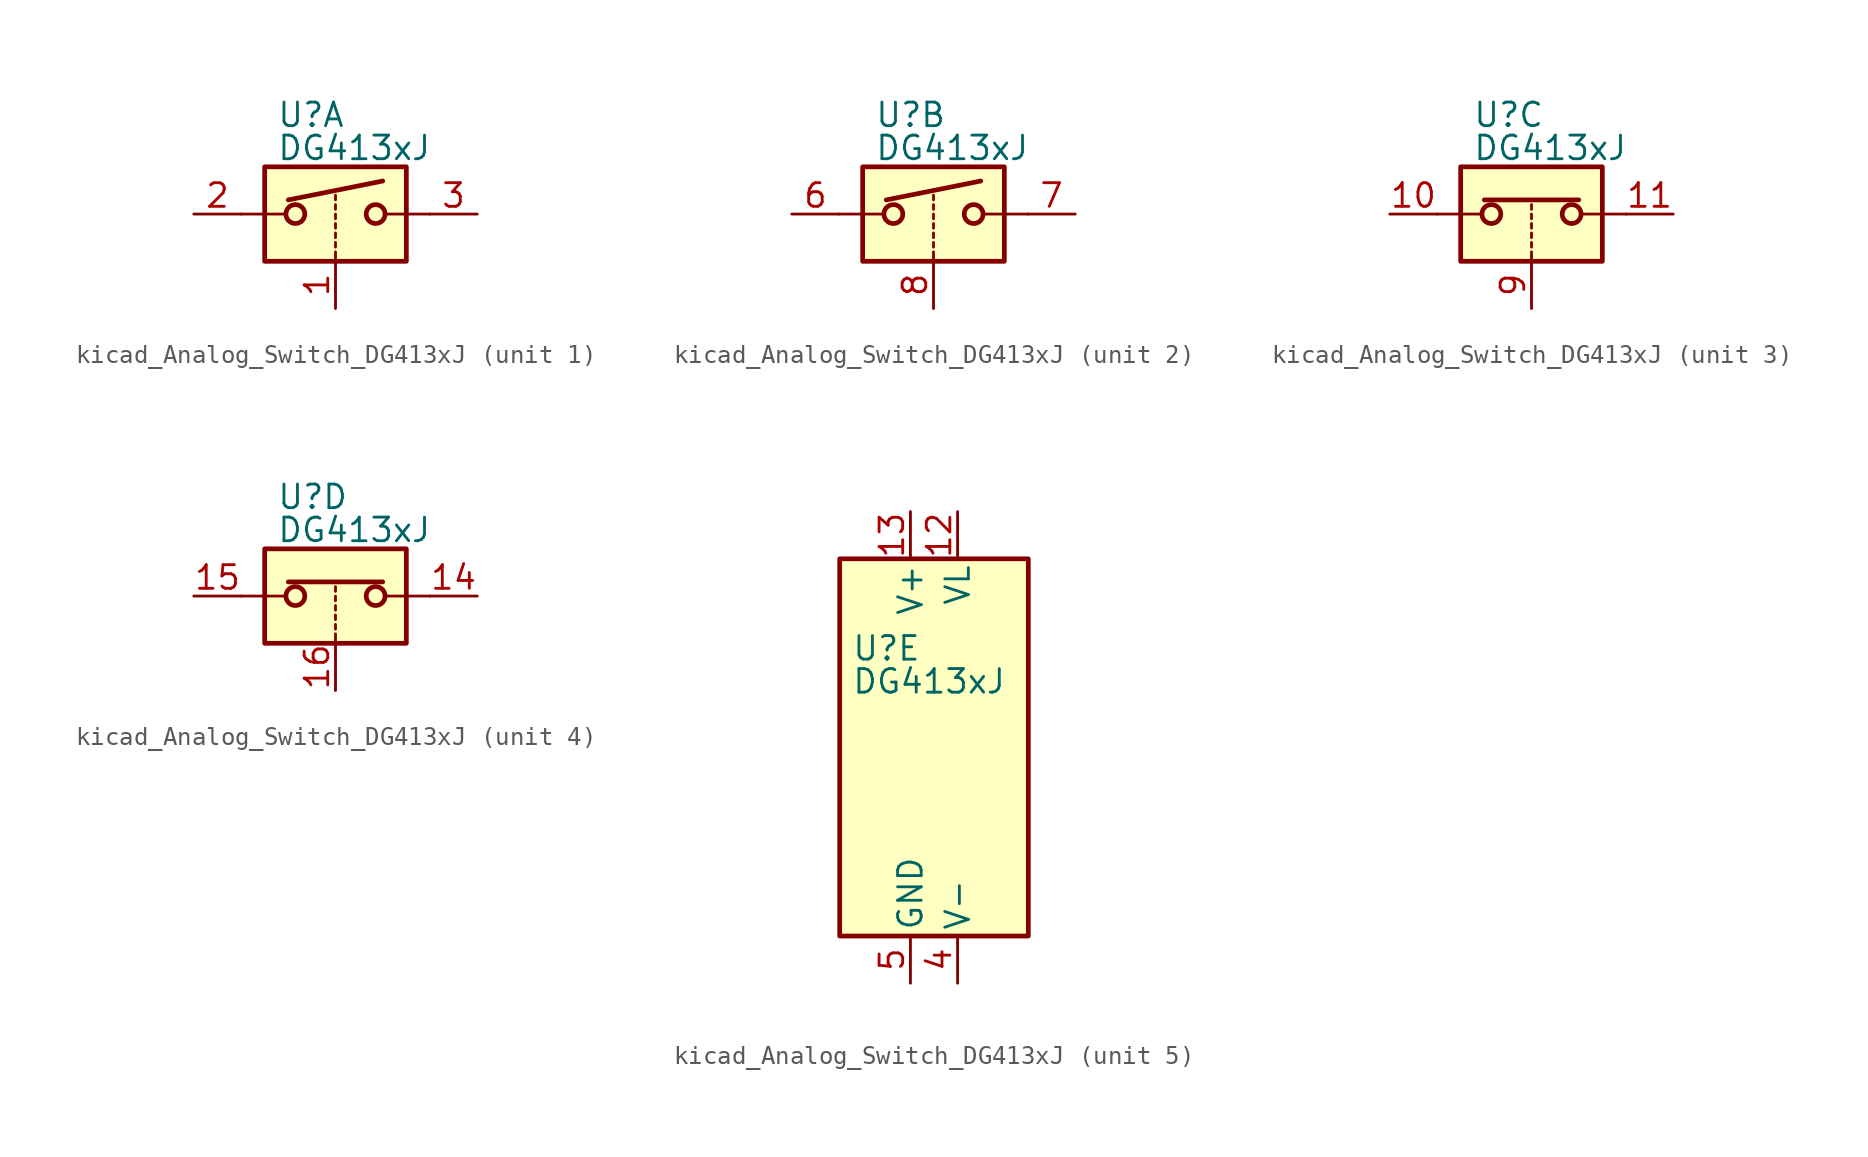
<source format=kicad_sym>
(kicad_symbol_lib
  (version 20220914)
  (generator kicad_symbol_editor)
  (symbol "kicad_Analog_Switch_DG413xJ"
    (pin_names
      (offset 0.254))
    (property "Reference" "U"
      (at -3.175 5.334 0)
      (effects (font (size 1.27 1.27)) (justify left)))
    (property "Value" "DG413xJ"
      (at -3.175 3.556 0)
      (effects (font (size 1.27 1.27)) (justify left)))
    (symbol "kicad_Analog_Switch_DG413xJ_1_1"
      (rectangle (start -3.81 2.54) (end 3.81 -2.54) (stroke (width 0.254) (type default)) (fill (type background)))
      (circle (center -2.159 0) (radius 0.508) (stroke (width 0.254) (type default)) (fill (type none)))
      (polyline (pts (xy -5.08 0) (xy -2.794 0)) (stroke (width 0) (type default)) (fill (type none)))
      (polyline (pts (xy -2.54 0.762) (xy 2.54 1.778)) (stroke (width 0.254) (type default)) (fill (type none)))
      (polyline (pts (xy 0 -2.54) (xy 0 -2.032)) (stroke (width 0) (type default)) (fill (type none)))
      (polyline (pts (xy 0 -1.778) (xy 0 -1.524)) (stroke (width 0) (type default)) (fill (type none)))
      (polyline (pts (xy 0 -1.27) (xy 0 -1.016)) (stroke (width 0) (type default)) (fill (type none)))
      (polyline (pts (xy 0 -0.762) (xy 0 -0.508)) (stroke (width 0) (type default)) (fill (type none)))
      (polyline (pts (xy 0 -0.254) (xy 0 0)) (stroke (width 0) (type default)) (fill (type none)))
      (polyline (pts (xy 0 0.254) (xy 0 0.508)) (stroke (width 0) (type default)) (fill (type none)))
      (polyline (pts (xy 0 0.762) (xy 0 1.016)) (stroke (width 0) (type default)) (fill (type none)))
      (polyline (pts (xy 5.08 0) (xy 2.794 0)) (stroke (width 0) (type default)) (fill (type none)))
      (circle (center 2.159 0) (radius 0.508) (stroke (width 0.254) (type default)) (fill (type none)))
      (pin input line (at 0 -5.08 90) (length 2.54) (name "~" (effects (font (size 1.27 1.27)))) (number "1" (effects (font (size 1.27 1.27)))))
      (pin passive line (at -7.62 0 0) (length 2.54) (name "~" (effects (font (size 1.27 1.27)))) (number "2" (effects (font (size 1.27 1.27)))))
      (pin passive line (at 7.62 0 180) (length 2.54) (name "~" (effects (font (size 1.27 1.27)))) (number "3" (effects (font (size 1.27 1.27))))))
    (symbol "kicad_Analog_Switch_DG413xJ_2_1"
      (rectangle (start -3.81 2.54) (end 3.81 -2.54) (stroke (width 0.254) (type default)) (fill (type background)))
      (circle (center -2.159 0) (radius 0.508) (stroke (width 0.254) (type default)) (fill (type none)))
      (polyline (pts (xy -5.08 0) (xy -2.794 0)) (stroke (width 0) (type default)) (fill (type none)))
      (polyline (pts (xy -2.54 0.762) (xy 2.54 1.778)) (stroke (width 0.254) (type default)) (fill (type none)))
      (polyline (pts (xy 0 -2.54) (xy 0 -2.032)) (stroke (width 0) (type default)) (fill (type none)))
      (polyline (pts (xy 0 -1.778) (xy 0 -1.524)) (stroke (width 0) (type default)) (fill (type none)))
      (polyline (pts (xy 0 -1.27) (xy 0 -1.016)) (stroke (width 0) (type default)) (fill (type none)))
      (polyline (pts (xy 0 -0.762) (xy 0 -0.508)) (stroke (width 0) (type default)) (fill (type none)))
      (polyline (pts (xy 0 -0.254) (xy 0 0)) (stroke (width 0) (type default)) (fill (type none)))
      (polyline (pts (xy 0 0.254) (xy 0 0.508)) (stroke (width 0) (type default)) (fill (type none)))
      (polyline (pts (xy 0 0.762) (xy 0 1.016)) (stroke (width 0) (type default)) (fill (type none)))
      (polyline (pts (xy 5.08 0) (xy 2.794 0)) (stroke (width 0) (type default)) (fill (type none)))
      (circle (center 2.159 0) (radius 0.508) (stroke (width 0.254) (type default)) (fill (type none)))
      (pin passive line (at -7.62 0 0) (length 2.54) (name "~" (effects (font (size 1.27 1.27)))) (number "6" (effects (font (size 1.27 1.27)))))
      (pin passive line (at 7.62 0 180) (length 2.54) (name "~" (effects (font (size 1.27 1.27)))) (number "7" (effects (font (size 1.27 1.27)))))
      (pin input line (at 0 -5.08 90) (length 2.54) (name "~" (effects (font (size 1.27 1.27)))) (number "8" (effects (font (size 1.27 1.27))))))
    (symbol "kicad_Analog_Switch_DG413xJ_3_1"
      (rectangle (start -3.81 2.54) (end 3.81 -2.54) (stroke (width 0.254) (type default)) (fill (type background)))
      (circle (center -2.159 0) (radius 0.508) (stroke (width 0.254) (type default)) (fill (type none)))
      (polyline (pts (xy -5.08 0) (xy -2.794 0)) (stroke (width 0) (type default)) (fill (type none)))
      (polyline (pts (xy -2.54 0.762) (xy 2.54 0.762)) (stroke (width 0.254) (type default)) (fill (type none)))
      (polyline (pts (xy 0 -2.54) (xy 0 -2.032)) (stroke (width 0) (type default)) (fill (type none)))
      (polyline (pts (xy 0 -1.778) (xy 0 -1.524)) (stroke (width 0) (type default)) (fill (type none)))
      (polyline (pts (xy 0 -1.27) (xy 0 -1.016)) (stroke (width 0) (type default)) (fill (type none)))
      (polyline (pts (xy 0 -0.762) (xy 0 -0.508)) (stroke (width 0) (type default)) (fill (type none)))
      (polyline (pts (xy 0 -0.254) (xy 0 0)) (stroke (width 0) (type default)) (fill (type none)))
      (polyline (pts (xy 0 0.254) (xy 0 0.508)) (stroke (width 0) (type default)) (fill (type none)))
      (polyline (pts (xy 5.08 0) (xy 2.794 0)) (stroke (width 0) (type default)) (fill (type none)))
      (circle (center 2.159 0) (radius 0.508) (stroke (width 0.254) (type default)) (fill (type none)))
      (pin passive line (at -7.62 0 0) (length 2.54) (name "~" (effects (font (size 1.27 1.27)))) (number "10" (effects (font (size 1.27 1.27)))))
      (pin passive line (at 7.62 0 180) (length 2.54) (name "~" (effects (font (size 1.27 1.27)))) (number "11" (effects (font (size 1.27 1.27)))))
      (pin input line (at 0 -5.08 90) (length 2.54) (name "~" (effects (font (size 1.27 1.27)))) (number "9" (effects (font (size 1.27 1.27))))))
    (symbol "kicad_Analog_Switch_DG413xJ_4_1"
      (rectangle (start -3.81 2.54) (end 3.81 -2.54) (stroke (width 0.254) (type default)) (fill (type background)))
      (circle (center -2.159 0) (radius 0.508) (stroke (width 0.254) (type default)) (fill (type none)))
      (polyline (pts (xy -5.08 0) (xy -2.794 0)) (stroke (width 0) (type default)) (fill (type none)))
      (polyline (pts (xy -2.54 0.762) (xy 2.54 0.762)) (stroke (width 0.254) (type default)) (fill (type none)))
      (polyline (pts (xy 0 -2.54) (xy 0 -2.032)) (stroke (width 0) (type default)) (fill (type none)))
      (polyline (pts (xy 0 -1.778) (xy 0 -1.524)) (stroke (width 0) (type default)) (fill (type none)))
      (polyline (pts (xy 0 -1.27) (xy 0 -1.016)) (stroke (width 0) (type default)) (fill (type none)))
      (polyline (pts (xy 0 -0.762) (xy 0 -0.508)) (stroke (width 0) (type default)) (fill (type none)))
      (polyline (pts (xy 0 -0.254) (xy 0 0)) (stroke (width 0) (type default)) (fill (type none)))
      (polyline (pts (xy 0 0.254) (xy 0 0.508)) (stroke (width 0) (type default)) (fill (type none)))
      (polyline (pts (xy 5.08 0) (xy 2.794 0)) (stroke (width 0) (type default)) (fill (type none)))
      (circle (center 2.159 0) (radius 0.508) (stroke (width 0.254) (type default)) (fill (type none)))
      (pin passive line (at 7.62 0 180) (length 2.54) (name "~" (effects (font (size 1.27 1.27)))) (number "14" (effects (font (size 1.27 1.27)))))
      (pin passive line (at -7.62 0 0) (length 2.54) (name "~" (effects (font (size 1.27 1.27)))) (number "15" (effects (font (size 1.27 1.27)))))
      (pin input line (at 0 -5.08 90) (length 2.54) (name "~" (effects (font (size 1.27 1.27)))) (number "16" (effects (font (size 1.27 1.27))))))
    (symbol "kicad_Analog_Switch_DG413xJ_5_0"
      (pin power_in line (at 2.54 12.7 270) (length 2.54) (name "VL" (effects (font (size 1.27 1.27)))) (number "12" (effects (font (size 1.27 1.27)))))
      (pin power_in line (at 0 12.7 270) (length 2.54) (name "V+" (effects (font (size 1.27 1.27)))) (number "13" (effects (font (size 1.27 1.27)))))
      (pin power_in line (at 2.54 -12.7 90) (length 2.54) (name "V-" (effects (font (size 1.27 1.27)))) (number "4" (effects (font (size 1.27 1.27)))))
      (pin power_in line (at 0 -12.7 90) (length 2.54) (name "GND" (effects (font (size 1.27 1.27)))) (number "5" (effects (font (size 1.27 1.27))))))
    (symbol "kicad_Analog_Switch_DG413xJ_5_1"
      (rectangle (start -3.81 10.16) (end 6.35 -10.16) (stroke (width 0.254) (type default)) (fill (type background))))))
</source>
